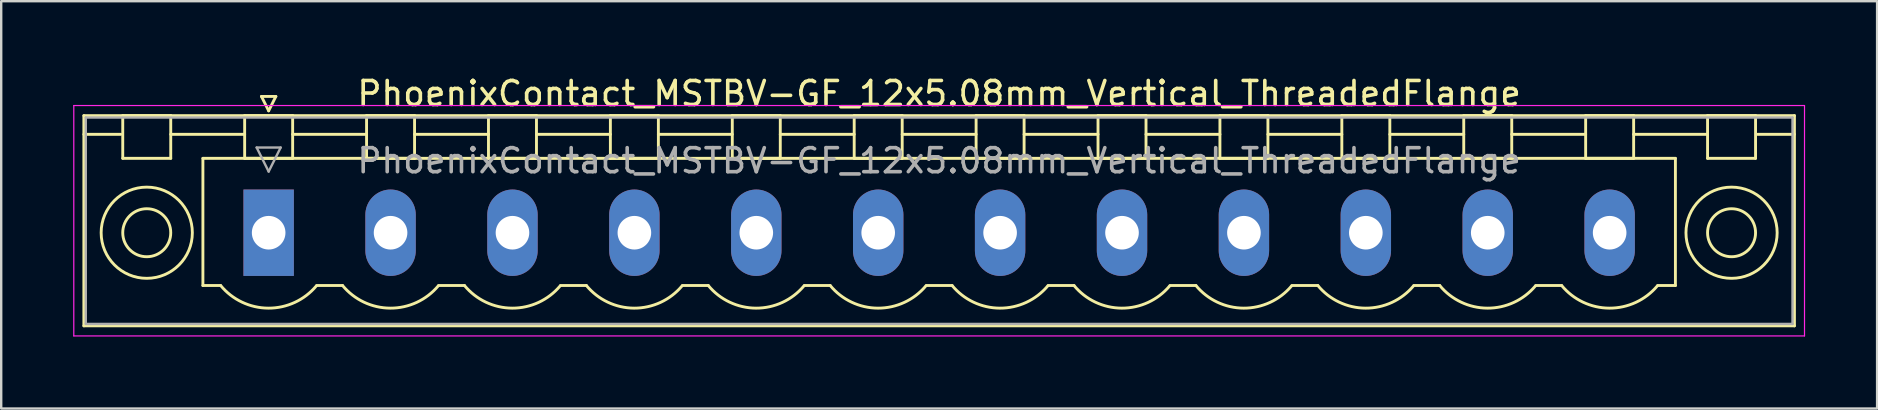
<source format=kicad_pcb>
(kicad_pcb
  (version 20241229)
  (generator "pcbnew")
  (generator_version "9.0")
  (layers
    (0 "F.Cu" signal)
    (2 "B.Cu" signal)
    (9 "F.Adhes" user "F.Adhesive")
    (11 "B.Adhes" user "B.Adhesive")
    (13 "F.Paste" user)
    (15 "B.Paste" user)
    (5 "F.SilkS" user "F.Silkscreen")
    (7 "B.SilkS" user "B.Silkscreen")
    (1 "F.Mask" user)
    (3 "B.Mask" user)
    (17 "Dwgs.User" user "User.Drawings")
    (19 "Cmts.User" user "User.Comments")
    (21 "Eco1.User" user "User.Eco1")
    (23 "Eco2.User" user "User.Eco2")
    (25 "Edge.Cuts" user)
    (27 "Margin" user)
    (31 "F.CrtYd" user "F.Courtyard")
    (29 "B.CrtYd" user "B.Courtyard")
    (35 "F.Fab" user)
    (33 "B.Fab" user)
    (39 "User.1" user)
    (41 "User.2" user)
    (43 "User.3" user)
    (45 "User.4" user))
  (footprint "PhoenixContact_MSTBV-GF_12x5.08mm_Vertical_ThreadedFlange"
    (layer "F.Cu")
    (at 8.145 6.648)
    (property "Reference" "PhoenixContact_MSTBV-GF_12x5.08mm_Vertical_ThreadedFlange" (at 27.94 -5.8 0) (layer "F.SilkS") (effects (font (size 1 1) (thickness 0.15))))
    (attr through_hole)
    (fp_line (start -7.7 -4.88) (end -7.7 3.88) (stroke (width 0.12) (type solid)) (layer "F.SilkS"))
    (fp_line (start -7.7 -4.1) (end -6.16 -4.1) (stroke (width 0.12) (type solid)) (layer "F.SilkS"))
    (fp_line (start -7.7 3.88) (end 63.58 3.88) (stroke (width 0.12) (type solid)) (layer "F.SilkS"))
    (fp_line (start -6.08 -4.88) (end -4.08 -4.88) (stroke (width 0.12) (type solid)) (layer "F.SilkS"))
    (fp_line (start -6.08 -3.1) (end -6.08 -4.88) (stroke (width 0.12) (type solid)) (layer "F.SilkS"))
    (fp_line (start -4.08 -4.88) (end -4.08 -3.1) (stroke (width 0.12) (type solid)) (layer "F.SilkS"))
    (fp_line (start -4.08 -4.1) (end -1 -4.1) (stroke (width 0.12) (type solid)) (layer "F.SilkS"))
    (fp_line (start -4.08 -3.1) (end -6.08 -3.1) (stroke (width 0.12) (type solid)) (layer "F.SilkS"))
    (fp_line (start -2.74 -3.1) (end 58.62 -3.1) (stroke (width 0.12) (type solid)) (layer "F.SilkS"))
    (fp_line (start -2.74 2.2) (end -2.74 -3.1) (stroke (width 0.12) (type solid)) (layer "F.SilkS"))
    (fp_line (start -2 2.2) (end -2.74 2.2) (stroke (width 0.12) (type solid)) (layer "F.SilkS"))
    (fp_line (start -1 -4.88) (end 1 -4.88) (stroke (width 0.12) (type solid)) (layer "F.SilkS"))
    (fp_line (start -1 -3.1) (end -1 -4.88) (stroke (width 0.12) (type solid)) (layer "F.SilkS"))
    (fp_line (start -0.3 -5.68) (end 0.3 -5.68) (stroke (width 0.12) (type solid)) (layer "F.SilkS"))
    (fp_line (start 0 -5.08) (end -0.3 -5.68) (stroke (width 0.12) (type solid)) (layer "F.SilkS"))
    (fp_line (start 0.3 -5.68) (end 0 -5.08) (stroke (width 0.12) (type solid)) (layer "F.SilkS"))
    (fp_line (start 1 -4.88) (end 1 -3.1) (stroke (width 0.12) (type solid)) (layer "F.SilkS"))
    (fp_line (start 1 -4.1) (end 4.08 -4.1) (stroke (width 0.12) (type solid)) (layer "F.SilkS"))
    (fp_line (start 1 -3.1) (end -1 -3.1) (stroke (width 0.12) (type solid)) (layer "F.SilkS"))
    (fp_line (start 2 2.2) (end 3.08 2.2) (stroke (width 0.12) (type solid)) (layer "F.SilkS"))
    (fp_line (start 4.08 -4.88) (end 6.08 -4.88) (stroke (width 0.12) (type solid)) (layer "F.SilkS"))
    (fp_line (start 4.08 -3.1) (end 4.08 -4.88) (stroke (width 0.12) (type solid)) (layer "F.SilkS"))
    (fp_line (start 6.08 -4.88) (end 6.08 -3.1) (stroke (width 0.12) (type solid)) (layer "F.SilkS"))
    (fp_line (start 6.08 -4.1) (end 9.16 -4.1) (stroke (width 0.12) (type solid)) (layer "F.SilkS"))
    (fp_line (start 6.08 -3.1) (end 4.08 -3.1) (stroke (width 0.12) (type solid)) (layer "F.SilkS"))
    (fp_line (start 7.08 2.2) (end 8.16 2.2) (stroke (width 0.12) (type solid)) (layer "F.SilkS"))
    (fp_line (start 9.16 -4.88) (end 11.16 -4.88) (stroke (width 0.12) (type solid)) (layer "F.SilkS"))
    (fp_line (start 9.16 -3.1) (end 9.16 -4.88) (stroke (width 0.12) (type solid)) (layer "F.SilkS"))
    (fp_line (start 11.16 -4.88) (end 11.16 -3.1) (stroke (width 0.12) (type solid)) (layer "F.SilkS"))
    (fp_line (start 11.16 -4.1) (end 14.24 -4.1) (stroke (width 0.12) (type solid)) (layer "F.SilkS"))
    (fp_line (start 11.16 -3.1) (end 9.16 -3.1) (stroke (width 0.12) (type solid)) (layer "F.SilkS"))
    (fp_line (start 12.16 2.2) (end 13.24 2.2) (stroke (width 0.12) (type solid)) (layer "F.SilkS"))
    (fp_line (start 14.24 -4.88) (end 16.24 -4.88) (stroke (width 0.12) (type solid)) (layer "F.SilkS"))
    (fp_line (start 14.24 -3.1) (end 14.24 -4.88) (stroke (width 0.12) (type solid)) (layer "F.SilkS"))
    (fp_line (start 16.24 -4.88) (end 16.24 -3.1) (stroke (width 0.12) (type solid)) (layer "F.SilkS"))
    (fp_line (start 16.24 -4.1) (end 19.32 -4.1) (stroke (width 0.12) (type solid)) (layer "F.SilkS"))
    (fp_line (start 16.24 -3.1) (end 14.24 -3.1) (stroke (width 0.12) (type solid)) (layer "F.SilkS"))
    (fp_line (start 17.24 2.2) (end 18.32 2.2) (stroke (width 0.12) (type solid)) (layer "F.SilkS"))
    (fp_line (start 19.32 -4.88) (end 21.32 -4.88) (stroke (width 0.12) (type solid)) (layer "F.SilkS"))
    (fp_line (start 19.32 -3.1) (end 19.32 -4.88) (stroke (width 0.12) (type solid)) (layer "F.SilkS"))
    (fp_line (start 21.32 -4.88) (end 21.32 -3.1) (stroke (width 0.12) (type solid)) (layer "F.SilkS"))
    (fp_line (start 21.32 -4.1) (end 24.4 -4.1) (stroke (width 0.12) (type solid)) (layer "F.SilkS"))
    (fp_line (start 21.32 -3.1) (end 19.32 -3.1) (stroke (width 0.12) (type solid)) (layer "F.SilkS"))
    (fp_line (start 22.32 2.2) (end 23.4 2.2) (stroke (width 0.12) (type solid)) (layer "F.SilkS"))
    (fp_line (start 24.4 -4.88) (end 26.4 -4.88) (stroke (width 0.12) (type solid)) (layer "F.SilkS"))
    (fp_line (start 24.4 -3.1) (end 24.4 -4.88) (stroke (width 0.12) (type solid)) (layer "F.SilkS"))
    (fp_line (start 26.4 -4.88) (end 26.4 -3.1) (stroke (width 0.12) (type solid)) (layer "F.SilkS"))
    (fp_line (start 26.4 -4.1) (end 29.48 -4.1) (stroke (width 0.12) (type solid)) (layer "F.SilkS"))
    (fp_line (start 26.4 -3.1) (end 24.4 -3.1) (stroke (width 0.12) (type solid)) (layer "F.SilkS"))
    (fp_line (start 27.4 2.2) (end 28.48 2.2) (stroke (width 0.12) (type solid)) (layer "F.SilkS"))
    (fp_line (start 29.48 -4.88) (end 31.48 -4.88) (stroke (width 0.12) (type solid)) (layer "F.SilkS"))
    (fp_line (start 29.48 -3.1) (end 29.48 -4.88) (stroke (width 0.12) (type solid)) (layer "F.SilkS"))
    (fp_line (start 31.48 -4.88) (end 31.48 -3.1) (stroke (width 0.12) (type solid)) (layer "F.SilkS"))
    (fp_line (start 31.48 -4.1) (end 34.56 -4.1) (stroke (width 0.12) (type solid)) (layer "F.SilkS"))
    (fp_line (start 31.48 -3.1) (end 29.48 -3.1) (stroke (width 0.12) (type solid)) (layer "F.SilkS"))
    (fp_line (start 32.48 2.2) (end 33.56 2.2) (stroke (width 0.12) (type solid)) (layer "F.SilkS"))
    (fp_line (start 34.56 -4.88) (end 36.56 -4.88) (stroke (width 0.12) (type solid)) (layer "F.SilkS"))
    (fp_line (start 34.56 -3.1) (end 34.56 -4.88) (stroke (width 0.12) (type solid)) (layer "F.SilkS"))
    (fp_line (start 36.56 -4.88) (end 36.56 -3.1) (stroke (width 0.12) (type solid)) (layer "F.SilkS"))
    (fp_line (start 36.56 -4.1) (end 39.64 -4.1) (stroke (width 0.12) (type solid)) (layer "F.SilkS"))
    (fp_line (start 36.56 -3.1) (end 34.56 -3.1) (stroke (width 0.12) (type solid)) (layer "F.SilkS"))
    (fp_line (start 37.56 2.2) (end 38.64 2.2) (stroke (width 0.12) (type solid)) (layer "F.SilkS"))
    (fp_line (start 39.64 -4.88) (end 41.64 -4.88) (stroke (width 0.12) (type solid)) (layer "F.SilkS"))
    (fp_line (start 39.64 -3.1) (end 39.64 -4.88) (stroke (width 0.12) (type solid)) (layer "F.SilkS"))
    (fp_line (start 41.64 -4.88) (end 41.64 -3.1) (stroke (width 0.12) (type solid)) (layer "F.SilkS"))
    (fp_line (start 41.64 -4.1) (end 44.72 -4.1) (stroke (width 0.12) (type solid)) (layer "F.SilkS"))
    (fp_line (start 41.64 -3.1) (end 39.64 -3.1) (stroke (width 0.12) (type solid)) (layer "F.SilkS"))
    (fp_line (start 42.64 2.2) (end 43.72 2.2) (stroke (width 0.12) (type solid)) (layer "F.SilkS"))
    (fp_line (start 44.72 -4.88) (end 46.72 -4.88) (stroke (width 0.12) (type solid)) (layer "F.SilkS"))
    (fp_line (start 44.72 -3.1) (end 44.72 -4.88) (stroke (width 0.12) (type solid)) (layer "F.SilkS"))
    (fp_line (start 46.72 -4.88) (end 46.72 -3.1) (stroke (width 0.12) (type solid)) (layer "F.SilkS"))
    (fp_line (start 46.72 -4.1) (end 49.8 -4.1) (stroke (width 0.12) (type solid)) (layer "F.SilkS"))
    (fp_line (start 46.72 -3.1) (end 44.72 -3.1) (stroke (width 0.12) (type solid)) (layer "F.SilkS"))
    (fp_line (start 47.72 2.2) (end 48.8 2.2) (stroke (width 0.12) (type solid)) (layer "F.SilkS"))
    (fp_line (start 49.8 -4.88) (end 51.8 -4.88) (stroke (width 0.12) (type solid)) (layer "F.SilkS"))
    (fp_line (start 49.8 -3.1) (end 49.8 -4.88) (stroke (width 0.12) (type solid)) (layer "F.SilkS"))
    (fp_line (start 51.8 -4.88) (end 51.8 -3.1) (stroke (width 0.12) (type solid)) (layer "F.SilkS"))
    (fp_line (start 51.8 -4.1) (end 54.88 -4.1) (stroke (width 0.12) (type solid)) (layer "F.SilkS"))
    (fp_line (start 51.8 -3.1) (end 49.8 -3.1) (stroke (width 0.12) (type solid)) (layer "F.SilkS"))
    (fp_line (start 52.8 2.2) (end 53.88 2.2) (stroke (width 0.12) (type solid)) (layer "F.SilkS"))
    (fp_line (start 54.88 -4.88) (end 56.88 -4.88) (stroke (width 0.12) (type solid)) (layer "F.SilkS"))
    (fp_line (start 54.88 -3.1) (end 54.88 -4.88) (stroke (width 0.12) (type solid)) (layer "F.SilkS"))
    (fp_line (start 56.88 -4.88) (end 56.88 -3.1) (stroke (width 0.12) (type solid)) (layer "F.SilkS"))
    (fp_line (start 56.88 -4.1) (end 59.96 -4.1) (stroke (width 0.12) (type solid)) (layer "F.SilkS"))
    (fp_line (start 56.88 -3.1) (end 54.88 -3.1) (stroke (width 0.12) (type solid)) (layer "F.SilkS"))
    (fp_line (start 58.62 -3.1) (end 58.62 2.2) (stroke (width 0.12) (type solid)) (layer "F.SilkS"))
    (fp_line (start 58.62 2.2) (end 57.88 2.2) (stroke (width 0.12) (type solid)) (layer "F.SilkS"))
    (fp_line (start 59.96 -4.88) (end 61.96 -4.88) (stroke (width 0.12) (type solid)) (layer "F.SilkS"))
    (fp_line (start 59.96 -3.1) (end 59.96 -4.88) (stroke (width 0.12) (type solid)) (layer "F.SilkS"))
    (fp_line (start 61.96 -4.88) (end 61.96 -3.1) (stroke (width 0.12) (type solid)) (layer "F.SilkS"))
    (fp_line (start 61.96 -3.1) (end 59.96 -3.1) (stroke (width 0.12) (type solid)) (layer "F.SilkS"))
    (fp_line (start 63.58 -4.88) (end -7.7 -4.88) (stroke (width 0.12) (type solid)) (layer "F.SilkS"))
    (fp_line (start 63.58 -4.1) (end 62.04 -4.1) (stroke (width 0.12) (type solid)) (layer "F.SilkS"))
    (fp_line (start 63.58 3.88) (end 63.58 -4.88) (stroke (width 0.12) (type solid)) (layer "F.SilkS"))
    (fp_arc (start 1.986842 2.215821) (mid -0.010289 3.142758) (end -2 2.2) (stroke (width 0.12) (type solid)) (layer "F.SilkS"))
    (fp_arc (start 7.066842 2.215821) (mid 5.069711 3.142758) (end 3.08 2.2) (stroke (width 0.12) (type solid)) (layer "F.SilkS"))
    (fp_arc (start 12.146842 2.215821) (mid 10.149711 3.142758) (end 8.16 2.2) (stroke (width 0.12) (type solid)) (layer "F.SilkS"))
    (fp_arc (start 17.226842 2.215821) (mid 15.229711 3.142758) (end 13.24 2.2) (stroke (width 0.12) (type solid)) (layer "F.SilkS"))
    (fp_arc (start 22.306842 2.215821) (mid 20.309711 3.142758) (end 18.32 2.2) (stroke (width 0.12) (type solid)) (layer "F.SilkS"))
    (fp_arc (start 27.386842 2.215821) (mid 25.389711 3.142758) (end 23.4 2.2) (stroke (width 0.12) (type solid)) (layer "F.SilkS"))
    (fp_arc (start 32.466842 2.215821) (mid 30.469711 3.142758) (end 28.48 2.2) (stroke (width 0.12) (type solid)) (layer "F.SilkS"))
    (fp_arc (start 37.546842 2.215821) (mid 35.549711 3.142758) (end 33.56 2.2) (stroke (width 0.12) (type solid)) (layer "F.SilkS"))
    (fp_arc (start 42.626842 2.215821) (mid 40.629711 3.142758) (end 38.64 2.2) (stroke (width 0.12) (type solid)) (layer "F.SilkS"))
    (fp_arc (start 47.706842 2.215821) (mid 45.709711 3.142758) (end 43.72 2.2) (stroke (width 0.12) (type solid)) (layer "F.SilkS"))
    (fp_arc (start 52.786842 2.215821) (mid 50.789711 3.142758) (end 48.8 2.2) (stroke (width 0.12) (type solid)) (layer "F.SilkS"))
    (fp_arc (start 57.866842 2.215821) (mid 55.869711 3.142758) (end 53.88 2.2) (stroke (width 0.12) (type solid)) (layer "F.SilkS"))
    (fp_circle (center -5.08 0) (end -4.08 0) (stroke (width 0.12) (type solid)) (fill no) (layer "F.SilkS"))
    (fp_circle (center -5.08 0) (end -3.18 0) (stroke (width 0.12) (type solid)) (fill no) (layer "F.SilkS"))
    (fp_circle (center 60.96 0) (end 61.96 0) (stroke (width 0.12) (type solid)) (fill no) (layer "F.SilkS"))
    (fp_circle (center 60.96 0) (end 62.86 0) (stroke (width 0.12) (type solid)) (fill no) (layer "F.SilkS"))
    (fp_line (start -8.12 -5.3) (end -8.12 4.3) (stroke (width 0.05) (type solid)) (layer "F.CrtYd"))
    (fp_line (start -8.12 4.3) (end 64 4.3) (stroke (width 0.05) (type solid)) (layer "F.CrtYd"))
    (fp_line (start 64 -5.3) (end -8.12 -5.3) (stroke (width 0.05) (type solid)) (layer "F.CrtYd"))
    (fp_line (start 64 4.3) (end 64 -5.3) (stroke (width 0.05) (type solid)) (layer "F.CrtYd"))
    (fp_line (start -7.62 -4.8) (end -7.62 3.8) (stroke (width 0.1) (type solid)) (layer "F.Fab"))
    (fp_line (start -7.62 3.8) (end 63.5 3.8) (stroke (width 0.1) (type solid)) (layer "F.Fab"))
    (fp_line (start -0.5 -3.55) (end 0.5 -3.55) (stroke (width 0.1) (type solid)) (layer "F.Fab"))
    (fp_line (start 0 -2.55) (end -0.5 -3.55) (stroke (width 0.1) (type solid)) (layer "F.Fab"))
    (fp_line (start 0.5 -3.55) (end 0 -2.55) (stroke (width 0.1) (type solid)) (layer "F.Fab"))
    (fp_line (start 63.5 -4.8) (end -7.62 -4.8) (stroke (width 0.1) (type solid)) (layer "F.Fab"))
    (fp_line (start 63.5 3.8) (end 63.5 -4.8) (stroke (width 0.1) (type solid)) (layer "F.Fab"))
    (fp_text user "${REFERENCE}" (at 27.94 -3 0) (layer "F.Fab") (effects (font (size 1 1) (thickness 0.15))))
    (pad "1" thru_hole rect (at 0 0) (size 2.1 3.6) (drill 1.4) (layers "*.Cu" "*.Mask"))
    (pad "2" thru_hole oval (at 5.08 0) (size 2.1 3.6) (drill 1.4) (layers "*.Cu" "*.Mask"))
    (pad "3" thru_hole oval (at 10.16 0) (size 2.1 3.6) (drill 1.4) (layers "*.Cu" "*.Mask"))
    (pad "4" thru_hole oval (at 15.24 0) (size 2.1 3.6) (drill 1.4) (layers "*.Cu" "*.Mask"))
    (pad "5" thru_hole oval (at 20.32 0) (size 2.1 3.6) (drill 1.4) (layers "*.Cu" "*.Mask"))
    (pad "6" thru_hole oval (at 25.4 0) (size 2.1 3.6) (drill 1.4) (layers "*.Cu" "*.Mask"))
    (pad "7" thru_hole oval (at 30.48 0) (size 2.1 3.6) (drill 1.4) (layers "*.Cu" "*.Mask"))
    (pad "8" thru_hole oval (at 35.56 0) (size 2.1 3.6) (drill 1.4) (layers "*.Cu" "*.Mask"))
    (pad "9" thru_hole oval (at 40.64 0) (size 2.1 3.6) (drill 1.4) (layers "*.Cu" "*.Mask"))
    (pad "10" thru_hole oval (at 45.72 0) (size 2.1 3.6) (drill 1.4) (layers "*.Cu" "*.Mask"))
    (pad "11" thru_hole oval (at 50.8 0) (size 2.1 3.6) (drill 1.4) (layers "*.Cu" "*.Mask"))
    (pad "12" thru_hole oval (at 55.88 0) (size 2.1 3.6) (drill 1.4) (layers "*.Cu" "*.Mask")))
  (gr_rect
    (start -3 -3)
    (end 75.17 13.973)
    (stroke (width 0.1) (type default))
    (fill no)
    (layer "Edge.Cuts")))
</source>
